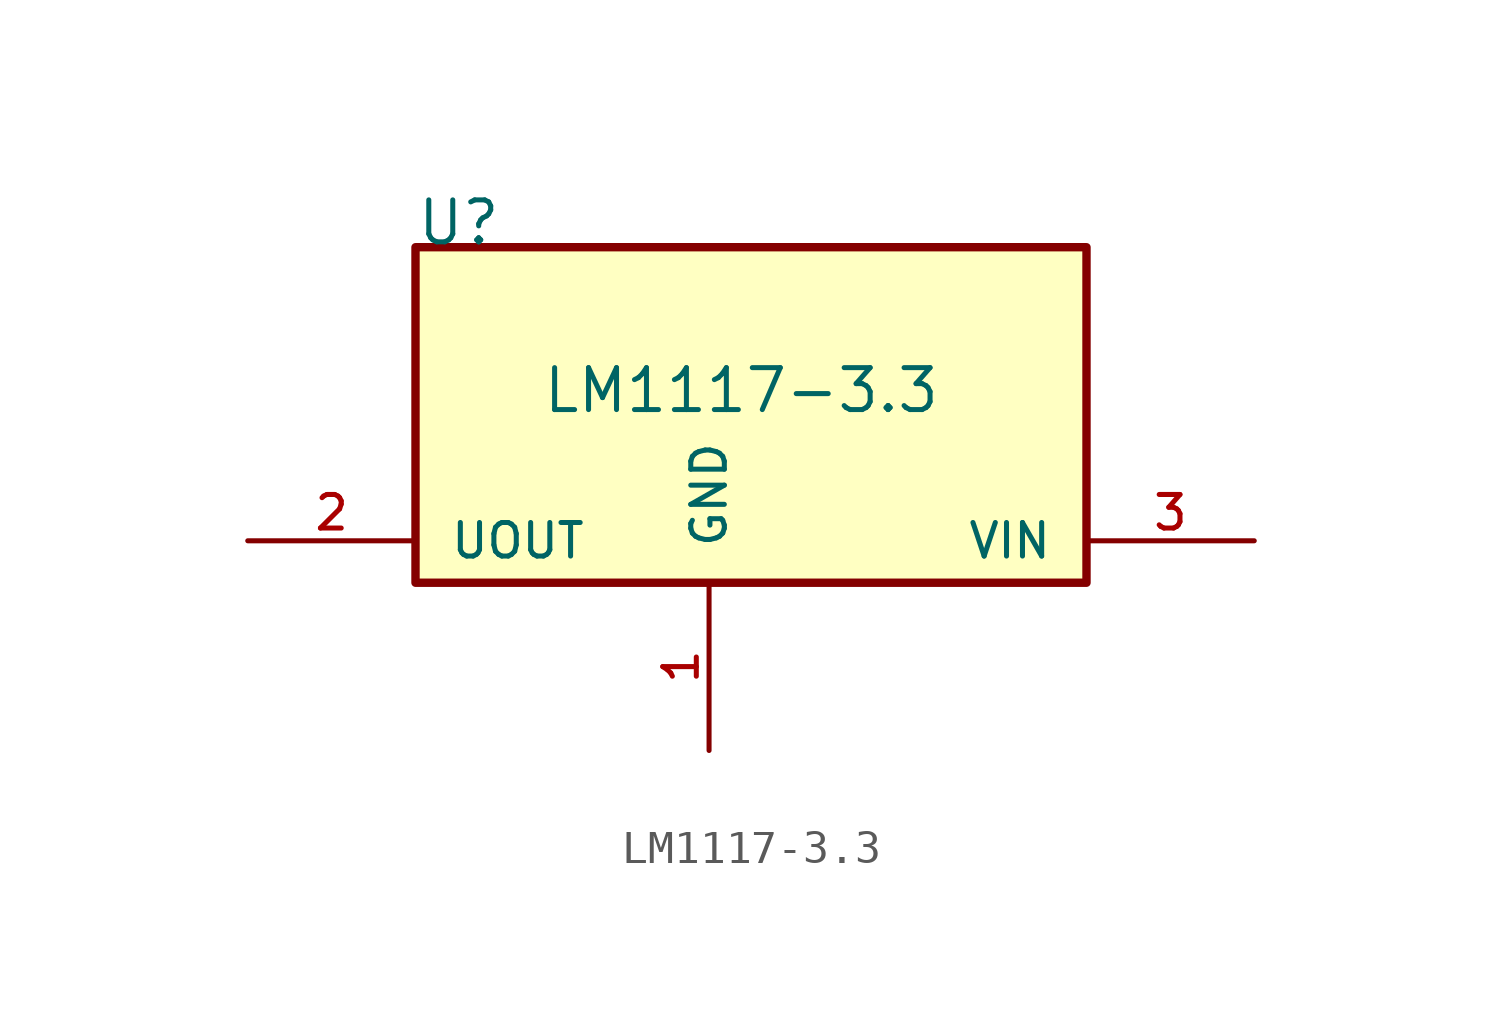
<source format=kicad_sym>
(kicad_symbol_lib
  (version 20211014)
  (generator kicad_symbol_editor)
  (symbol "LM1117-3.3"
    (pin_names
      (offset 1.016))
    (property "Reference" "U"
      (at -7.62 2.54 0)
      (effects (font (size 1.27 1.27)) (justify left bottom)))
    (property "Value" "LM1117-3.3"
      (at -3.81 -2.54 0)
      (effects (font (size 1.27 1.27)) (justify left bottom)))
    (property "ki_locked" ""
      (at 0 0 0)
      (effects (font (size 1.27 1.27))))
    (symbol "LM1117-3.3_0_0"
      (rectangle (start -7.62 -7.62) (end 12.7 2.54) (stroke (width 0.254) (type default) (color 0 0 0 0)) (fill (type background)))
      (pin passive line (at 1.27 -12.7 90) (length 5.08) (name "GND" (effects (font (size 1.016 1.016)))) (number "1" (effects (font (size 1.016 1.016)))))
      (pin output line (at -12.7 -6.35 0) (length 5.08) (name "UOUT" (effects (font (size 1.016 1.016)))) (number "2" (effects (font (size 1.016 1.016)))))
      (pin bidirectional line (at 17.78 -6.35 180) (length 5.08) (name "VIN" (effects (font (size 1.016 1.016)))) (number "3" (effects (font (size 1.016 1.016))))))))
</source>
